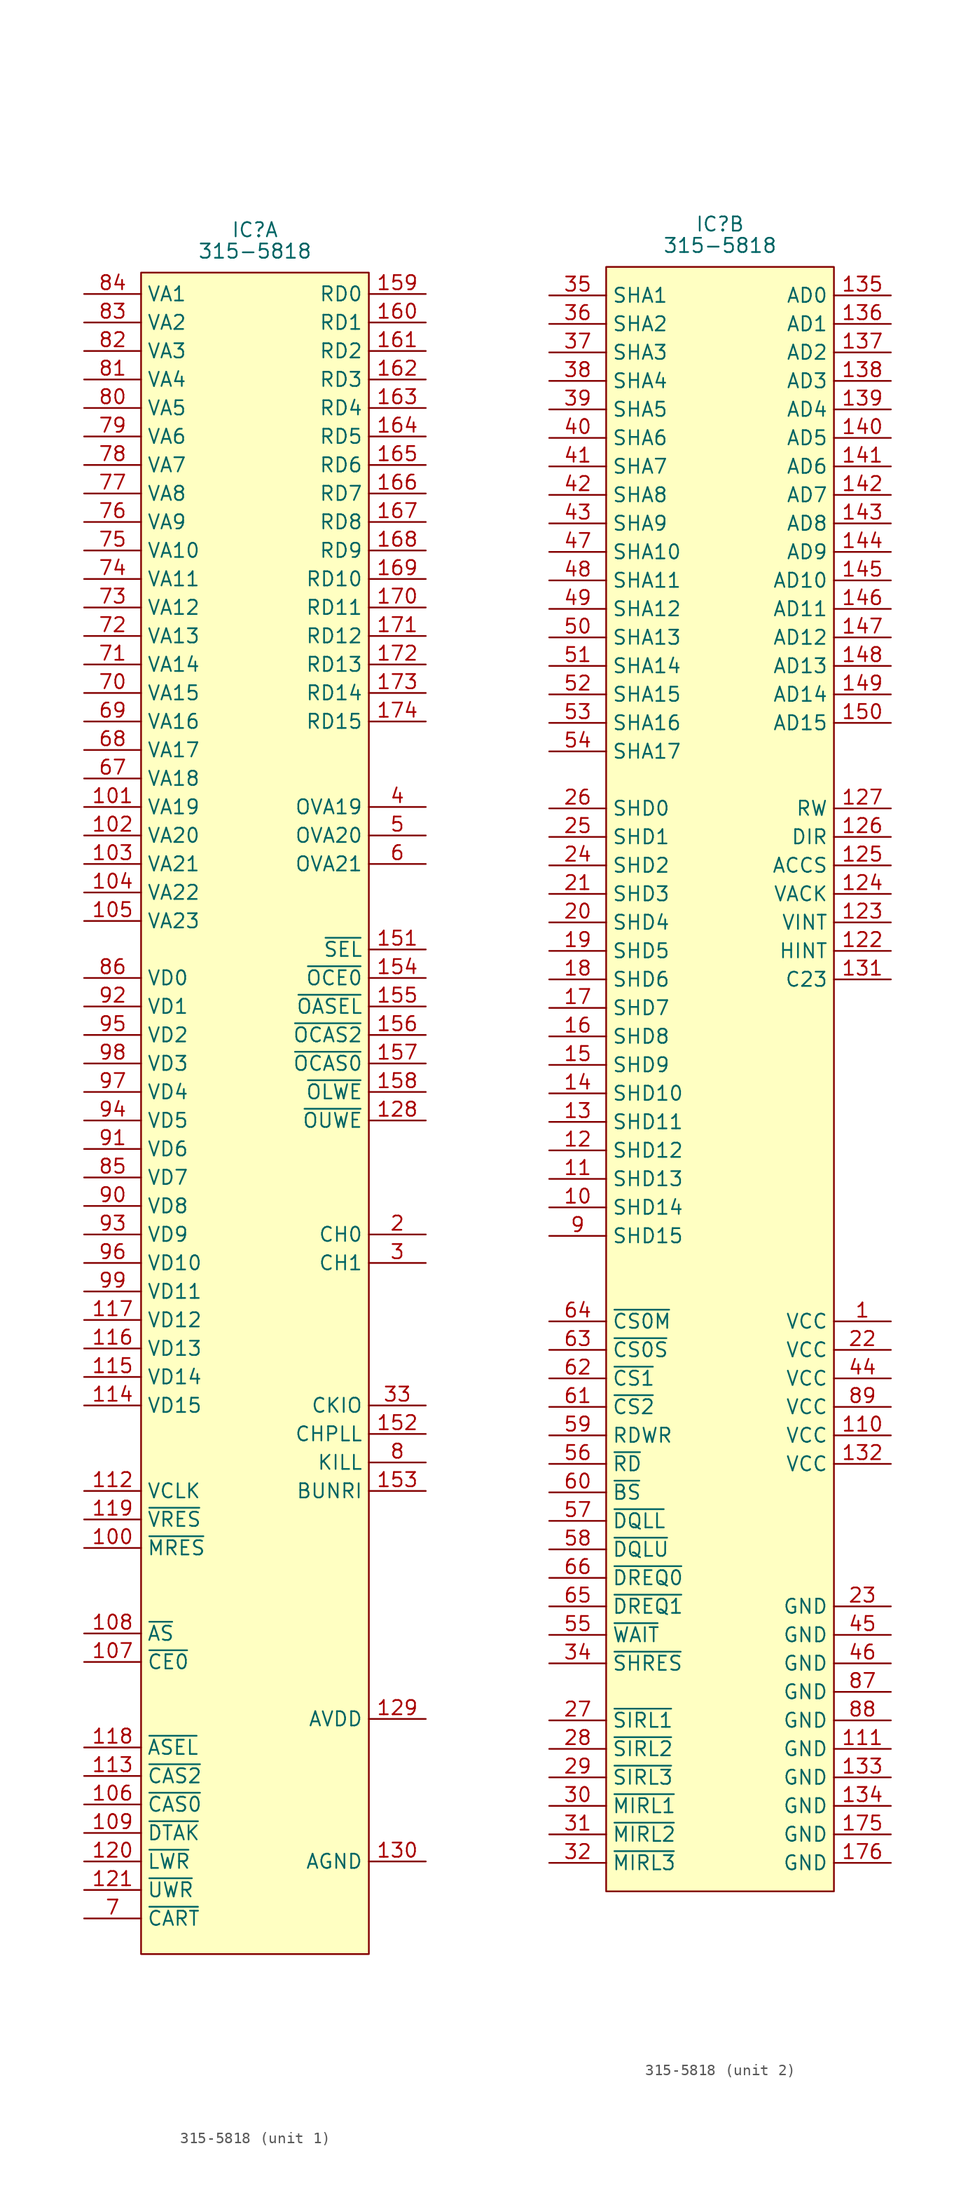
<source format=kicad_sym>
(kicad_symbol_lib
  (version 20220914)
  (generator kicad_symbol_editor)
  (symbol "315-5818"
    (property "Reference" "IC"
      (at 0 3.81 0)
      (effects (font (size 1.27 1.27))))
    (property "Value" "315-5818"
      (at 0 1.905 0)
      (effects (font (size 1.27 1.27))))
    (property "ki_locked" ""
      (at 0 0 0)
      (effects (font (size 1.27 1.27))))
    (symbol "315-5818_1_1"
      (rectangle (start -10.16 0) (end 10.16 -149.86) (stroke (width 0) (type default)) (fill (type background)))
      (pin input line (at -15.24 -113.665 0) (length 5.08) (name "~{MRES}" (effects (font (size 1.27 1.27)))) (number "100" (effects (font (size 1.27 1.27)))))
      (pin input line (at -15.24 -47.625 0) (length 5.08) (name "VA19" (effects (font (size 1.27 1.27)))) (number "101" (effects (font (size 1.27 1.27)))))
      (pin input line (at -15.24 -50.165 0) (length 5.08) (name "VA20" (effects (font (size 1.27 1.27)))) (number "102" (effects (font (size 1.27 1.27)))))
      (pin input line (at -15.24 -52.705 0) (length 5.08) (name "VA21" (effects (font (size 1.27 1.27)))) (number "103" (effects (font (size 1.27 1.27)))))
      (pin input line (at -15.24 -55.245 0) (length 5.08) (name "VA22" (effects (font (size 1.27 1.27)))) (number "104" (effects (font (size 1.27 1.27)))))
      (pin input line (at -15.24 -57.785 0) (length 5.08) (name "VA23" (effects (font (size 1.27 1.27)))) (number "105" (effects (font (size 1.27 1.27)))))
      (pin input line (at -15.24 -136.525 0) (length 5.08) (name "~{CAS0}" (effects (font (size 1.27 1.27)))) (number "106" (effects (font (size 1.27 1.27)))))
      (pin input line (at -15.24 -123.825 0) (length 5.08) (name "~{CE0}" (effects (font (size 1.27 1.27)))) (number "107" (effects (font (size 1.27 1.27)))))
      (pin input line (at -15.24 -121.285 0) (length 5.08) (name "~{AS}" (effects (font (size 1.27 1.27)))) (number "108" (effects (font (size 1.27 1.27)))))
      (pin input line (at -15.24 -139.065 0) (length 5.08) (name "~{DTAK}" (effects (font (size 1.27 1.27)))) (number "109" (effects (font (size 1.27 1.27)))))
      (pin input line (at -15.24 -108.585 0) (length 5.08) (name "VCLK" (effects (font (size 1.27 1.27)))) (number "112" (effects (font (size 1.27 1.27)))))
      (pin input line (at -15.24 -133.985 0) (length 5.08) (name "~{CAS2}" (effects (font (size 1.27 1.27)))) (number "113" (effects (font (size 1.27 1.27)))))
      (pin input line (at -15.24 -100.965 0) (length 5.08) (name "VD15" (effects (font (size 1.27 1.27)))) (number "114" (effects (font (size 1.27 1.27)))))
      (pin input line (at -15.24 -98.425 0) (length 5.08) (name "VD14" (effects (font (size 1.27 1.27)))) (number "115" (effects (font (size 1.27 1.27)))))
      (pin input line (at -15.24 -95.885 0) (length 5.08) (name "VD13" (effects (font (size 1.27 1.27)))) (number "116" (effects (font (size 1.27 1.27)))))
      (pin input line (at -15.24 -93.345 0) (length 5.08) (name "VD12" (effects (font (size 1.27 1.27)))) (number "117" (effects (font (size 1.27 1.27)))))
      (pin input line (at -15.24 -131.445 0) (length 5.08) (name "~{ASEL}" (effects (font (size 1.27 1.27)))) (number "118" (effects (font (size 1.27 1.27)))))
      (pin input line (at -15.24 -111.125 0) (length 5.08) (name "~{VRES}" (effects (font (size 1.27 1.27)))) (number "119" (effects (font (size 1.27 1.27)))))
      (pin input line (at -15.24 -141.605 0) (length 5.08) (name "~{LWR}" (effects (font (size 1.27 1.27)))) (number "120" (effects (font (size 1.27 1.27)))))
      (pin input line (at -15.24 -144.145 0) (length 5.08) (name "~{UWR}" (effects (font (size 1.27 1.27)))) (number "121" (effects (font (size 1.27 1.27)))))
      (pin input line (at 15.24 -75.565 180) (length 5.08) (name "~{OUWE}" (effects (font (size 1.27 1.27)))) (number "128" (effects (font (size 1.27 1.27)))))
      (pin input line (at 15.24 -128.905 180) (length 5.08) (name "AVDD" (effects (font (size 1.27 1.27)))) (number "129" (effects (font (size 1.27 1.27)))))
      (pin input line (at 15.24 -141.605 180) (length 5.08) (name "AGND" (effects (font (size 1.27 1.27)))) (number "130" (effects (font (size 1.27 1.27)))))
      (pin output line (at 15.24 -60.325 180) (length 5.08) (name "~{SEL}" (effects (font (size 1.27 1.27)))) (number "151" (effects (font (size 1.27 1.27)))))
      (pin input line (at 15.24 -103.505 180) (length 5.08) (name "CHPLL" (effects (font (size 1.27 1.27)))) (number "152" (effects (font (size 1.27 1.27)))))
      (pin input line (at 15.24 -108.585 180) (length 5.08) (name "BUNRI" (effects (font (size 1.27 1.27)))) (number "153" (effects (font (size 1.27 1.27)))))
      (pin input line (at 15.24 -62.865 180) (length 5.08) (name "~{OCE0}" (effects (font (size 1.27 1.27)))) (number "154" (effects (font (size 1.27 1.27)))))
      (pin input line (at 15.24 -65.405 180) (length 5.08) (name "~{OASEL}" (effects (font (size 1.27 1.27)))) (number "155" (effects (font (size 1.27 1.27)))))
      (pin input line (at 15.24 -67.945 180) (length 5.08) (name "~{OCAS2}" (effects (font (size 1.27 1.27)))) (number "156" (effects (font (size 1.27 1.27)))))
      (pin input line (at 15.24 -70.485 180) (length 5.08) (name "~{OCAS0}" (effects (font (size 1.27 1.27)))) (number "157" (effects (font (size 1.27 1.27)))))
      (pin input line (at 15.24 -73.025 180) (length 5.08) (name "~{OLWE}" (effects (font (size 1.27 1.27)))) (number "158" (effects (font (size 1.27 1.27)))))
      (pin input line (at 15.24 -1.905 180) (length 5.08) (name "RD0" (effects (font (size 1.27 1.27)))) (number "159" (effects (font (size 1.27 1.27)))))
      (pin input line (at 15.24 -4.445 180) (length 5.08) (name "RD1" (effects (font (size 1.27 1.27)))) (number "160" (effects (font (size 1.27 1.27)))))
      (pin input line (at 15.24 -6.985 180) (length 5.08) (name "RD2" (effects (font (size 1.27 1.27)))) (number "161" (effects (font (size 1.27 1.27)))))
      (pin input line (at 15.24 -9.525 180) (length 5.08) (name "RD3" (effects (font (size 1.27 1.27)))) (number "162" (effects (font (size 1.27 1.27)))))
      (pin input line (at 15.24 -12.065 180) (length 5.08) (name "RD4" (effects (font (size 1.27 1.27)))) (number "163" (effects (font (size 1.27 1.27)))))
      (pin input line (at 15.24 -14.605 180) (length 5.08) (name "RD5" (effects (font (size 1.27 1.27)))) (number "164" (effects (font (size 1.27 1.27)))))
      (pin input line (at 15.24 -17.145 180) (length 5.08) (name "RD6" (effects (font (size 1.27 1.27)))) (number "165" (effects (font (size 1.27 1.27)))))
      (pin input line (at 15.24 -19.685 180) (length 5.08) (name "RD7" (effects (font (size 1.27 1.27)))) (number "166" (effects (font (size 1.27 1.27)))))
      (pin input line (at 15.24 -22.225 180) (length 5.08) (name "RD8" (effects (font (size 1.27 1.27)))) (number "167" (effects (font (size 1.27 1.27)))))
      (pin input line (at 15.24 -24.765 180) (length 5.08) (name "RD9" (effects (font (size 1.27 1.27)))) (number "168" (effects (font (size 1.27 1.27)))))
      (pin input line (at 15.24 -27.305 180) (length 5.08) (name "RD10" (effects (font (size 1.27 1.27)))) (number "169" (effects (font (size 1.27 1.27)))))
      (pin input line (at 15.24 -29.845 180) (length 5.08) (name "RD11" (effects (font (size 1.27 1.27)))) (number "170" (effects (font (size 1.27 1.27)))))
      (pin input line (at 15.24 -32.385 180) (length 5.08) (name "RD12" (effects (font (size 1.27 1.27)))) (number "171" (effects (font (size 1.27 1.27)))))
      (pin input line (at 15.24 -34.925 180) (length 5.08) (name "RD13" (effects (font (size 1.27 1.27)))) (number "172" (effects (font (size 1.27 1.27)))))
      (pin input line (at 15.24 -37.465 180) (length 5.08) (name "RD14" (effects (font (size 1.27 1.27)))) (number "173" (effects (font (size 1.27 1.27)))))
      (pin input line (at 15.24 -40.005 180) (length 5.08) (name "RD15" (effects (font (size 1.27 1.27)))) (number "174" (effects (font (size 1.27 1.27)))))
      (pin input line (at 15.24 -85.725 180) (length 5.08) (name "CH0" (effects (font (size 1.27 1.27)))) (number "2" (effects (font (size 1.27 1.27)))))
      (pin input line (at 15.24 -88.265 180) (length 5.08) (name "CH1" (effects (font (size 1.27 1.27)))) (number "3" (effects (font (size 1.27 1.27)))))
      (pin input line (at 15.24 -100.965 180) (length 5.08) (name "CKIO" (effects (font (size 1.27 1.27)))) (number "33" (effects (font (size 1.27 1.27)))))
      (pin input line (at 15.24 -47.625 180) (length 5.08) (name "OVA19" (effects (font (size 1.27 1.27)))) (number "4" (effects (font (size 1.27 1.27)))))
      (pin output line (at 15.24 -50.165 180) (length 5.08) (name "OVA20" (effects (font (size 1.27 1.27)))) (number "5" (effects (font (size 1.27 1.27)))))
      (pin input line (at 15.24 -52.705 180) (length 5.08) (name "OVA21" (effects (font (size 1.27 1.27)))) (number "6" (effects (font (size 1.27 1.27)))))
      (pin input line (at -15.24 -45.085 0) (length 5.08) (name "VA18" (effects (font (size 1.27 1.27)))) (number "67" (effects (font (size 1.27 1.27)))))
      (pin input line (at -15.24 -42.545 0) (length 5.08) (name "VA17" (effects (font (size 1.27 1.27)))) (number "68" (effects (font (size 1.27 1.27)))))
      (pin input line (at -15.24 -40.005 0) (length 5.08) (name "VA16" (effects (font (size 1.27 1.27)))) (number "69" (effects (font (size 1.27 1.27)))))
      (pin input line (at -15.24 -146.685 0) (length 5.08) (name "~{CART}" (effects (font (size 1.27 1.27)))) (number "7" (effects (font (size 1.27 1.27)))))
      (pin input line (at -15.24 -37.465 0) (length 5.08) (name "VA15" (effects (font (size 1.27 1.27)))) (number "70" (effects (font (size 1.27 1.27)))))
      (pin input line (at -15.24 -34.925 0) (length 5.08) (name "VA14" (effects (font (size 1.27 1.27)))) (number "71" (effects (font (size 1.27 1.27)))))
      (pin input line (at -15.24 -32.385 0) (length 5.08) (name "VA13" (effects (font (size 1.27 1.27)))) (number "72" (effects (font (size 1.27 1.27)))))
      (pin input line (at -15.24 -29.845 0) (length 5.08) (name "VA12" (effects (font (size 1.27 1.27)))) (number "73" (effects (font (size 1.27 1.27)))))
      (pin input line (at -15.24 -27.305 0) (length 5.08) (name "VA11" (effects (font (size 1.27 1.27)))) (number "74" (effects (font (size 1.27 1.27)))))
      (pin input line (at -15.24 -24.765 0) (length 5.08) (name "VA10" (effects (font (size 1.27 1.27)))) (number "75" (effects (font (size 1.27 1.27)))))
      (pin input line (at -15.24 -22.225 0) (length 5.08) (name "VA9" (effects (font (size 1.27 1.27)))) (number "76" (effects (font (size 1.27 1.27)))))
      (pin input line (at -15.24 -19.685 0) (length 5.08) (name "VA8" (effects (font (size 1.27 1.27)))) (number "77" (effects (font (size 1.27 1.27)))))
      (pin input line (at -15.24 -17.145 0) (length 5.08) (name "VA7" (effects (font (size 1.27 1.27)))) (number "78" (effects (font (size 1.27 1.27)))))
      (pin input line (at -15.24 -14.605 0) (length 5.08) (name "VA6" (effects (font (size 1.27 1.27)))) (number "79" (effects (font (size 1.27 1.27)))))
      (pin input line (at 15.24 -106.045 180) (length 5.08) (name "KILL" (effects (font (size 1.27 1.27)))) (number "8" (effects (font (size 1.27 1.27)))))
      (pin input line (at -15.24 -12.065 0) (length 5.08) (name "VA5" (effects (font (size 1.27 1.27)))) (number "80" (effects (font (size 1.27 1.27)))))
      (pin input line (at -15.24 -9.525 0) (length 5.08) (name "VA4" (effects (font (size 1.27 1.27)))) (number "81" (effects (font (size 1.27 1.27)))))
      (pin input line (at -15.24 -6.985 0) (length 5.08) (name "VA3" (effects (font (size 1.27 1.27)))) (number "82" (effects (font (size 1.27 1.27)))))
      (pin input line (at -15.24 -4.445 0) (length 5.08) (name "VA2" (effects (font (size 1.27 1.27)))) (number "83" (effects (font (size 1.27 1.27)))))
      (pin input line (at -15.24 -1.905 0) (length 5.08) (name "VA1" (effects (font (size 1.27 1.27)))) (number "84" (effects (font (size 1.27 1.27)))))
      (pin input line (at -15.24 -80.645 0) (length 5.08) (name "VD7" (effects (font (size 1.27 1.27)))) (number "85" (effects (font (size 1.27 1.27)))))
      (pin input line (at -15.24 -62.865 0) (length 5.08) (name "VD0" (effects (font (size 1.27 1.27)))) (number "86" (effects (font (size 1.27 1.27)))))
      (pin input line (at -15.24 -83.185 0) (length 5.08) (name "VD8" (effects (font (size 1.27 1.27)))) (number "90" (effects (font (size 1.27 1.27)))))
      (pin input line (at -15.24 -78.105 0) (length 5.08) (name "VD6" (effects (font (size 1.27 1.27)))) (number "91" (effects (font (size 1.27 1.27)))))
      (pin input line (at -15.24 -65.405 0) (length 5.08) (name "VD1" (effects (font (size 1.27 1.27)))) (number "92" (effects (font (size 1.27 1.27)))))
      (pin input line (at -15.24 -85.725 0) (length 5.08) (name "VD9" (effects (font (size 1.27 1.27)))) (number "93" (effects (font (size 1.27 1.27)))))
      (pin input line (at -15.24 -75.565 0) (length 5.08) (name "VD5" (effects (font (size 1.27 1.27)))) (number "94" (effects (font (size 1.27 1.27)))))
      (pin input line (at -15.24 -67.945 0) (length 5.08) (name "VD2" (effects (font (size 1.27 1.27)))) (number "95" (effects (font (size 1.27 1.27)))))
      (pin input line (at -15.24 -88.265 0) (length 5.08) (name "VD10" (effects (font (size 1.27 1.27)))) (number "96" (effects (font (size 1.27 1.27)))))
      (pin input line (at -15.24 -73.025 0) (length 5.08) (name "VD4" (effects (font (size 1.27 1.27)))) (number "97" (effects (font (size 1.27 1.27)))))
      (pin input line (at -15.24 -70.485 0) (length 5.08) (name "VD3" (effects (font (size 1.27 1.27)))) (number "98" (effects (font (size 1.27 1.27)))))
      (pin input line (at -15.24 -90.805 0) (length 5.08) (name "VD11" (effects (font (size 1.27 1.27)))) (number "99" (effects (font (size 1.27 1.27))))))
    (symbol "315-5818_2_1"
      (rectangle (start -10.16 0) (end 10.16 -144.78) (stroke (width 0) (type default)) (fill (type background)))
      (pin passive line (at 15.24 -93.98 180) (length 5.08) (name "VCC" (effects (font (size 1.27 1.27)))) (number "1" (effects (font (size 1.27 1.27)))))
      (pin passive line (at -15.24 -83.82 0) (length 5.08) (name "SHD14" (effects (font (size 1.27 1.27)))) (number "10" (effects (font (size 1.27 1.27)))))
      (pin passive line (at -15.24 -81.28 0) (length 5.08) (name "SHD13" (effects (font (size 1.27 1.27)))) (number "11" (effects (font (size 1.27 1.27)))))
      (pin passive line (at 15.24 -104.14 180) (length 5.08) (name "VCC" (effects (font (size 1.27 1.27)))) (number "110" (effects (font (size 1.27 1.27)))))
      (pin passive line (at 15.24 -132.08 180) (length 5.08) (name "GND" (effects (font (size 1.27 1.27)))) (number "111" (effects (font (size 1.27 1.27)))))
      (pin passive line (at -15.24 -78.74 0) (length 5.08) (name "SHD12" (effects (font (size 1.27 1.27)))) (number "12" (effects (font (size 1.27 1.27)))))
      (pin passive line (at 15.24 -60.96 180) (length 5.08) (name "HINT" (effects (font (size 1.27 1.27)))) (number "122" (effects (font (size 1.27 1.27)))))
      (pin passive line (at 15.24 -58.42 180) (length 5.08) (name "VINT" (effects (font (size 1.27 1.27)))) (number "123" (effects (font (size 1.27 1.27)))))
      (pin passive line (at 15.24 -55.88 180) (length 5.08) (name "VACK" (effects (font (size 1.27 1.27)))) (number "124" (effects (font (size 1.27 1.27)))))
      (pin passive line (at 15.24 -53.34 180) (length 5.08) (name "ACCS" (effects (font (size 1.27 1.27)))) (number "125" (effects (font (size 1.27 1.27)))))
      (pin passive line (at 15.24 -50.8 180) (length 5.08) (name "DIR" (effects (font (size 1.27 1.27)))) (number "126" (effects (font (size 1.27 1.27)))))
      (pin passive line (at 15.24 -48.26 180) (length 5.08) (name "RW" (effects (font (size 1.27 1.27)))) (number "127" (effects (font (size 1.27 1.27)))))
      (pin passive line (at -15.24 -76.2 0) (length 5.08) (name "SHD11" (effects (font (size 1.27 1.27)))) (number "13" (effects (font (size 1.27 1.27)))))
      (pin passive line (at 15.24 -63.5 180) (length 5.08) (name "C23" (effects (font (size 1.27 1.27)))) (number "131" (effects (font (size 1.27 1.27)))))
      (pin passive line (at 15.24 -106.68 180) (length 5.08) (name "VCC" (effects (font (size 1.27 1.27)))) (number "132" (effects (font (size 1.27 1.27)))))
      (pin passive line (at 15.24 -134.62 180) (length 5.08) (name "GND" (effects (font (size 1.27 1.27)))) (number "133" (effects (font (size 1.27 1.27)))))
      (pin passive line (at 15.24 -137.16 180) (length 5.08) (name "GND" (effects (font (size 1.27 1.27)))) (number "134" (effects (font (size 1.27 1.27)))))
      (pin passive line (at 15.24 -2.54 180) (length 5.08) (name "AD0" (effects (font (size 1.27 1.27)))) (number "135" (effects (font (size 1.27 1.27)))))
      (pin passive line (at 15.24 -5.08 180) (length 5.08) (name "AD1" (effects (font (size 1.27 1.27)))) (number "136" (effects (font (size 1.27 1.27)))))
      (pin passive line (at 15.24 -7.62 180) (length 5.08) (name "AD2" (effects (font (size 1.27 1.27)))) (number "137" (effects (font (size 1.27 1.27)))))
      (pin passive line (at 15.24 -10.16 180) (length 5.08) (name "AD3" (effects (font (size 1.27 1.27)))) (number "138" (effects (font (size 1.27 1.27)))))
      (pin passive line (at 15.24 -12.7 180) (length 5.08) (name "AD4" (effects (font (size 1.27 1.27)))) (number "139" (effects (font (size 1.27 1.27)))))
      (pin passive line (at -15.24 -73.66 0) (length 5.08) (name "SHD10" (effects (font (size 1.27 1.27)))) (number "14" (effects (font (size 1.27 1.27)))))
      (pin passive line (at 15.24 -15.24 180) (length 5.08) (name "AD5" (effects (font (size 1.27 1.27)))) (number "140" (effects (font (size 1.27 1.27)))))
      (pin passive line (at 15.24 -17.78 180) (length 5.08) (name "AD6" (effects (font (size 1.27 1.27)))) (number "141" (effects (font (size 1.27 1.27)))))
      (pin passive line (at 15.24 -20.32 180) (length 5.08) (name "AD7" (effects (font (size 1.27 1.27)))) (number "142" (effects (font (size 1.27 1.27)))))
      (pin passive line (at 15.24 -22.86 180) (length 5.08) (name "AD8" (effects (font (size 1.27 1.27)))) (number "143" (effects (font (size 1.27 1.27)))))
      (pin passive line (at 15.24 -25.4 180) (length 5.08) (name "AD9" (effects (font (size 1.27 1.27)))) (number "144" (effects (font (size 1.27 1.27)))))
      (pin passive line (at 15.24 -27.94 180) (length 5.08) (name "AD10" (effects (font (size 1.27 1.27)))) (number "145" (effects (font (size 1.27 1.27)))))
      (pin passive line (at 15.24 -30.48 180) (length 5.08) (name "AD11" (effects (font (size 1.27 1.27)))) (number "146" (effects (font (size 1.27 1.27)))))
      (pin passive line (at 15.24 -33.02 180) (length 5.08) (name "AD12" (effects (font (size 1.27 1.27)))) (number "147" (effects (font (size 1.27 1.27)))))
      (pin passive line (at 15.24 -35.56 180) (length 5.08) (name "AD13" (effects (font (size 1.27 1.27)))) (number "148" (effects (font (size 1.27 1.27)))))
      (pin passive line (at 15.24 -38.1 180) (length 5.08) (name "AD14" (effects (font (size 1.27 1.27)))) (number "149" (effects (font (size 1.27 1.27)))))
      (pin passive line (at -15.24 -71.12 0) (length 5.08) (name "SHD9" (effects (font (size 1.27 1.27)))) (number "15" (effects (font (size 1.27 1.27)))))
      (pin passive line (at 15.24 -40.64 180) (length 5.08) (name "AD15" (effects (font (size 1.27 1.27)))) (number "150" (effects (font (size 1.27 1.27)))))
      (pin passive line (at -15.24 -68.58 0) (length 5.08) (name "SHD8" (effects (font (size 1.27 1.27)))) (number "16" (effects (font (size 1.27 1.27)))))
      (pin passive line (at -15.24 -66.04 0) (length 5.08) (name "SHD7" (effects (font (size 1.27 1.27)))) (number "17" (effects (font (size 1.27 1.27)))))
      (pin passive line (at 15.24 -139.7 180) (length 5.08) (name "GND" (effects (font (size 1.27 1.27)))) (number "175" (effects (font (size 1.27 1.27)))))
      (pin passive line (at 15.24 -142.24 180) (length 5.08) (name "GND" (effects (font (size 1.27 1.27)))) (number "176" (effects (font (size 1.27 1.27)))))
      (pin passive line (at -15.24 -63.5 0) (length 5.08) (name "SHD6" (effects (font (size 1.27 1.27)))) (number "18" (effects (font (size 1.27 1.27)))))
      (pin passive line (at -15.24 -60.96 0) (length 5.08) (name "SHD5" (effects (font (size 1.27 1.27)))) (number "19" (effects (font (size 1.27 1.27)))))
      (pin passive line (at -15.24 -58.42 0) (length 5.08) (name "SHD4" (effects (font (size 1.27 1.27)))) (number "20" (effects (font (size 1.27 1.27)))))
      (pin passive line (at -15.24 -55.88 0) (length 5.08) (name "SHD3" (effects (font (size 1.27 1.27)))) (number "21" (effects (font (size 1.27 1.27)))))
      (pin passive line (at 15.24 -96.52 180) (length 5.08) (name "VCC" (effects (font (size 1.27 1.27)))) (number "22" (effects (font (size 1.27 1.27)))))
      (pin passive line (at 15.24 -119.38 180) (length 5.08) (name "GND" (effects (font (size 1.27 1.27)))) (number "23" (effects (font (size 1.27 1.27)))))
      (pin passive line (at -15.24 -53.34 0) (length 5.08) (name "SHD2" (effects (font (size 1.27 1.27)))) (number "24" (effects (font (size 1.27 1.27)))))
      (pin passive line (at -15.24 -50.8 0) (length 5.08) (name "SHD1" (effects (font (size 1.27 1.27)))) (number "25" (effects (font (size 1.27 1.27)))))
      (pin passive line (at -15.24 -48.26 0) (length 5.08) (name "SHD0" (effects (font (size 1.27 1.27)))) (number "26" (effects (font (size 1.27 1.27)))))
      (pin passive line (at -15.24 -129.54 0) (length 5.08) (name "~{SIRL1}" (effects (font (size 1.27 1.27)))) (number "27" (effects (font (size 1.27 1.27)))))
      (pin passive line (at -15.24 -132.08 0) (length 5.08) (name "~{SIRL2}" (effects (font (size 1.27 1.27)))) (number "28" (effects (font (size 1.27 1.27)))))
      (pin passive line (at -15.24 -134.62 0) (length 5.08) (name "~{SIRL3}" (effects (font (size 1.27 1.27)))) (number "29" (effects (font (size 1.27 1.27)))))
      (pin passive line (at -15.24 -137.16 0) (length 5.08) (name "~{MIRL1}" (effects (font (size 1.27 1.27)))) (number "30" (effects (font (size 1.27 1.27)))))
      (pin passive line (at -15.24 -139.7 0) (length 5.08) (name "~{MIRL2}" (effects (font (size 1.27 1.27)))) (number "31" (effects (font (size 1.27 1.27)))))
      (pin passive line (at -15.24 -142.24 0) (length 5.08) (name "~{MIRL3}" (effects (font (size 1.27 1.27)))) (number "32" (effects (font (size 1.27 1.27)))))
      (pin passive line (at -15.24 -124.46 0) (length 5.08) (name "~{SHRES}" (effects (font (size 1.27 1.27)))) (number "34" (effects (font (size 1.27 1.27)))))
      (pin passive line (at -15.24 -2.54 0) (length 5.08) (name "SHA1" (effects (font (size 1.27 1.27)))) (number "35" (effects (font (size 1.27 1.27)))))
      (pin passive line (at -15.24 -5.08 0) (length 5.08) (name "SHA2" (effects (font (size 1.27 1.27)))) (number "36" (effects (font (size 1.27 1.27)))))
      (pin passive line (at -15.24 -7.62 0) (length 5.08) (name "SHA3" (effects (font (size 1.27 1.27)))) (number "37" (effects (font (size 1.27 1.27)))))
      (pin passive line (at -15.24 -10.16 0) (length 5.08) (name "SHA4" (effects (font (size 1.27 1.27)))) (number "38" (effects (font (size 1.27 1.27)))))
      (pin passive line (at -15.24 -12.7 0) (length 5.08) (name "SHA5" (effects (font (size 1.27 1.27)))) (number "39" (effects (font (size 1.27 1.27)))))
      (pin passive line (at -15.24 -15.24 0) (length 5.08) (name "SHA6" (effects (font (size 1.27 1.27)))) (number "40" (effects (font (size 1.27 1.27)))))
      (pin passive line (at -15.24 -17.78 0) (length 5.08) (name "SHA7" (effects (font (size 1.27 1.27)))) (number "41" (effects (font (size 1.27 1.27)))))
      (pin passive line (at -15.24 -20.32 0) (length 5.08) (name "SHA8" (effects (font (size 1.27 1.27)))) (number "42" (effects (font (size 1.27 1.27)))))
      (pin passive line (at -15.24 -22.86 0) (length 5.08) (name "SHA9" (effects (font (size 1.27 1.27)))) (number "43" (effects (font (size 1.27 1.27)))))
      (pin passive line (at 15.24 -99.06 180) (length 5.08) (name "VCC" (effects (font (size 1.27 1.27)))) (number "44" (effects (font (size 1.27 1.27)))))
      (pin passive line (at 15.24 -121.92 180) (length 5.08) (name "GND" (effects (font (size 1.27 1.27)))) (number "45" (effects (font (size 1.27 1.27)))))
      (pin passive line (at 15.24 -124.46 180) (length 5.08) (name "GND" (effects (font (size 1.27 1.27)))) (number "46" (effects (font (size 1.27 1.27)))))
      (pin passive line (at -15.24 -25.4 0) (length 5.08) (name "SHA10" (effects (font (size 1.27 1.27)))) (number "47" (effects (font (size 1.27 1.27)))))
      (pin passive line (at -15.24 -27.94 0) (length 5.08) (name "SHA11" (effects (font (size 1.27 1.27)))) (number "48" (effects (font (size 1.27 1.27)))))
      (pin passive line (at -15.24 -30.48 0) (length 5.08) (name "SHA12" (effects (font (size 1.27 1.27)))) (number "49" (effects (font (size 1.27 1.27)))))
      (pin passive line (at -15.24 -33.02 0) (length 5.08) (name "SHA13" (effects (font (size 1.27 1.27)))) (number "50" (effects (font (size 1.27 1.27)))))
      (pin passive line (at -15.24 -35.56 0) (length 5.08) (name "SHA14" (effects (font (size 1.27 1.27)))) (number "51" (effects (font (size 1.27 1.27)))))
      (pin passive line (at -15.24 -38.1 0) (length 5.08) (name "SHA15" (effects (font (size 1.27 1.27)))) (number "52" (effects (font (size 1.27 1.27)))))
      (pin passive line (at -15.24 -40.64 0) (length 5.08) (name "SHA16" (effects (font (size 1.27 1.27)))) (number "53" (effects (font (size 1.27 1.27)))))
      (pin passive line (at -15.24 -43.18 0) (length 5.08) (name "SHA17" (effects (font (size 1.27 1.27)))) (number "54" (effects (font (size 1.27 1.27)))))
      (pin passive line (at -15.24 -121.92 0) (length 5.08) (name "~{WAIT}" (effects (font (size 1.27 1.27)))) (number "55" (effects (font (size 1.27 1.27)))))
      (pin passive line (at -15.24 -106.68 0) (length 5.08) (name "~{RD}" (effects (font (size 1.27 1.27)))) (number "56" (effects (font (size 1.27 1.27)))))
      (pin passive line (at -15.24 -111.76 0) (length 5.08) (name "~{DQLL}" (effects (font (size 1.27 1.27)))) (number "57" (effects (font (size 1.27 1.27)))))
      (pin passive line (at -15.24 -114.3 0) (length 5.08) (name "~{DQLU}" (effects (font (size 1.27 1.27)))) (number "58" (effects (font (size 1.27 1.27)))))
      (pin passive line (at -15.24 -104.14 0) (length 5.08) (name "RDWR" (effects (font (size 1.27 1.27)))) (number "59" (effects (font (size 1.27 1.27)))))
      (pin passive line (at -15.24 -109.22 0) (length 5.08) (name "~{BS}" (effects (font (size 1.27 1.27)))) (number "60" (effects (font (size 1.27 1.27)))))
      (pin passive line (at -15.24 -101.6 0) (length 5.08) (name "~{CS2}" (effects (font (size 1.27 1.27)))) (number "61" (effects (font (size 1.27 1.27)))))
      (pin passive line (at -15.24 -99.06 0) (length 5.08) (name "~{CS1}" (effects (font (size 1.27 1.27)))) (number "62" (effects (font (size 1.27 1.27)))))
      (pin passive line (at -15.24 -96.52 0) (length 5.08) (name "~{CS0S}" (effects (font (size 1.27 1.27)))) (number "63" (effects (font (size 1.27 1.27)))))
      (pin passive line (at -15.24 -93.98 0) (length 5.08) (name "~{CS0M}" (effects (font (size 1.27 1.27)))) (number "64" (effects (font (size 1.27 1.27)))))
      (pin passive line (at -15.24 -119.38 0) (length 5.08) (name "~{DREQ1}" (effects (font (size 1.27 1.27)))) (number "65" (effects (font (size 1.27 1.27)))))
      (pin passive line (at -15.24 -116.84 0) (length 5.08) (name "~{DREQ0}" (effects (font (size 1.27 1.27)))) (number "66" (effects (font (size 1.27 1.27)))))
      (pin passive line (at 15.24 -127 180) (length 5.08) (name "GND" (effects (font (size 1.27 1.27)))) (number "87" (effects (font (size 1.27 1.27)))))
      (pin passive line (at 15.24 -129.54 180) (length 5.08) (name "GND" (effects (font (size 1.27 1.27)))) (number "88" (effects (font (size 1.27 1.27)))))
      (pin passive line (at 15.24 -101.6 180) (length 5.08) (name "VCC" (effects (font (size 1.27 1.27)))) (number "89" (effects (font (size 1.27 1.27)))))
      (pin passive line (at -15.24 -86.36 0) (length 5.08) (name "SHD15" (effects (font (size 1.27 1.27)))) (number "9" (effects (font (size 1.27 1.27))))))))
</source>
